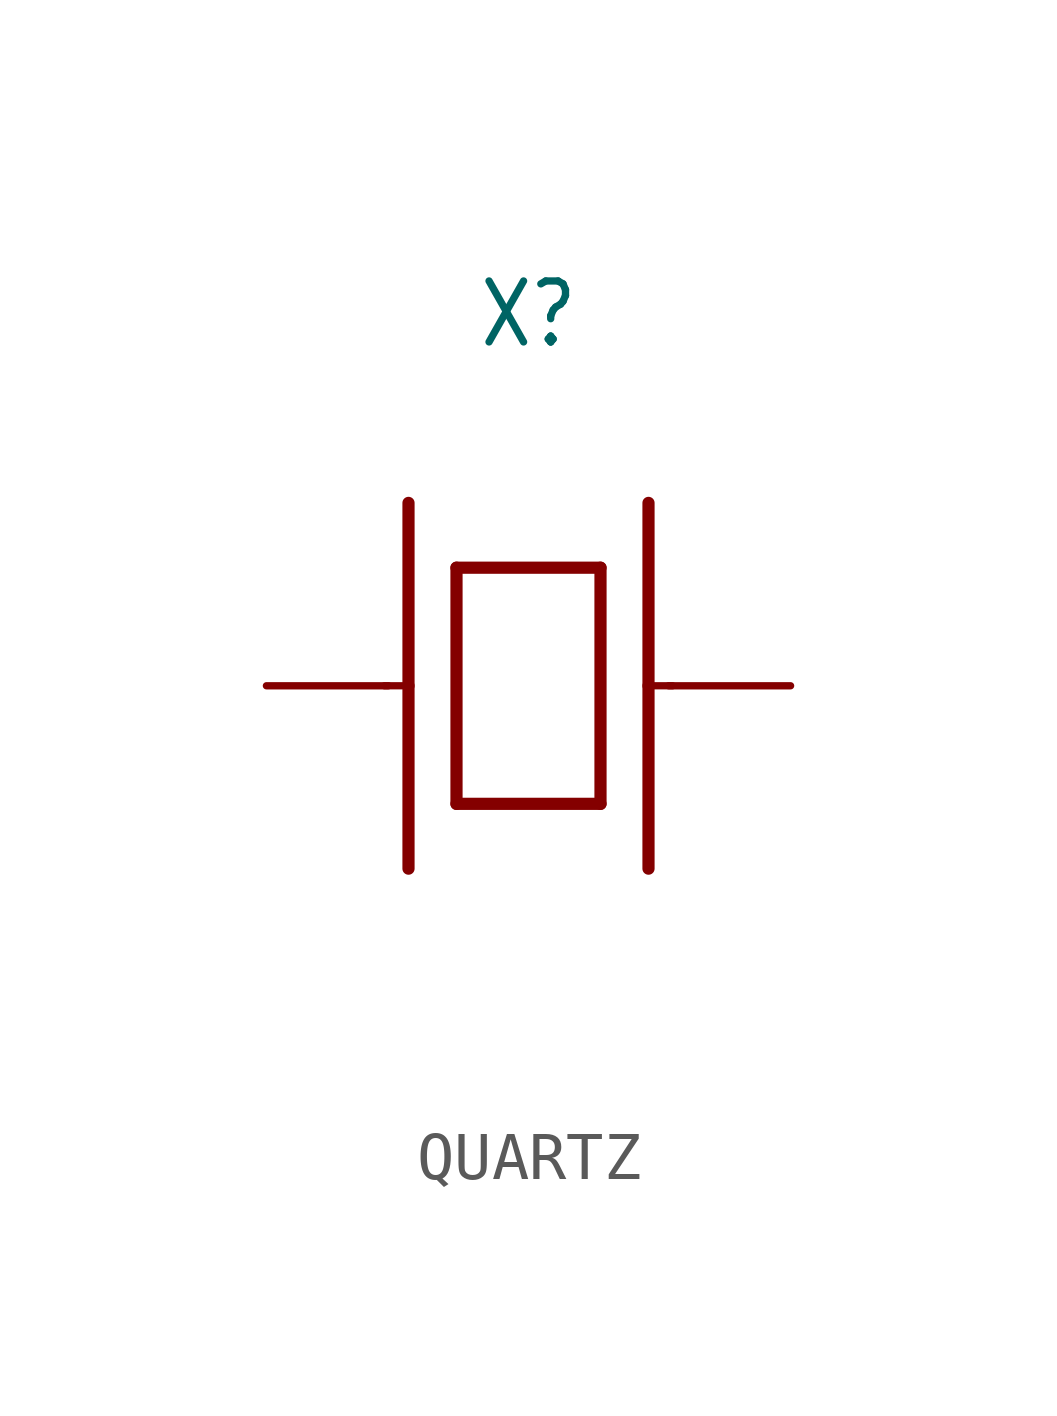
<source format=kicad_sym>
(kicad_symbol_lib
  (version 20241209)
  (generator "kicad_symbol_editor")
  (generator_version "9.0")
  (symbol "QUARTZ"
    (property "Reference" "X"
      (at 0 7 0)
      (effects (font (size 1.27 1.079)) (justify bottom)))
    (property "Value" ""
      (at 0 -7 0)
      (effects (font (size 1.27 1.079)) (justify top)))
    (property "ki_locked" ""
      (at 0 0 0)
      (effects (font (size 1.27 1.27))))
    (symbol "QUARTZ_1_0"
      (polyline (pts (xy -3 0) (xy -2.5 0)) (stroke (width 0.152) (type solid)) (fill (type none)))
      (polyline (pts (xy -2.5 3.81) (xy -2.5 0)) (stroke (width 0.254) (type solid)) (fill (type none)))
      (polyline (pts (xy -2.5 0) (xy -2.5 -3.81)) (stroke (width 0.254) (type solid)) (fill (type none)))
      (polyline (pts (xy -1.5 2.46) (xy -1.5 -2.46)) (stroke (width 0.254) (type solid)) (fill (type none)))
      (polyline (pts (xy -1.5 -2.46) (xy 1.5 -2.46)) (stroke (width 0.254) (type solid)) (fill (type none)))
      (polyline (pts (xy 1.5 2.46) (xy -1.5 2.46)) (stroke (width 0.254) (type solid)) (fill (type none)))
      (polyline (pts (xy 1.5 -2.46) (xy 1.5 2.46)) (stroke (width 0.254) (type solid)) (fill (type none)))
      (polyline (pts (xy 2.5 3.81) (xy 2.5 0)) (stroke (width 0.254) (type solid)) (fill (type none)))
      (polyline (pts (xy 2.5 0) (xy 2.5 -3.81)) (stroke (width 0.254) (type solid)) (fill (type none)))
      (polyline (pts (xy 2.5 0) (xy 3 0)) (stroke (width 0.152) (type solid)) (fill (type none)))
      (pin bidirectional line (at -5.46 0 0) (length 2.54) (name "P$1" (effects (font (size 0 0)))) (number "1" (effects (font (size 0 0)))))
      (pin bidirectional line (at 5.46 0 180) (length 2.54) (name "P$2" (effects (font (size 0 0)))) (number "3" (effects (font (size 0 0))))))))
</source>
